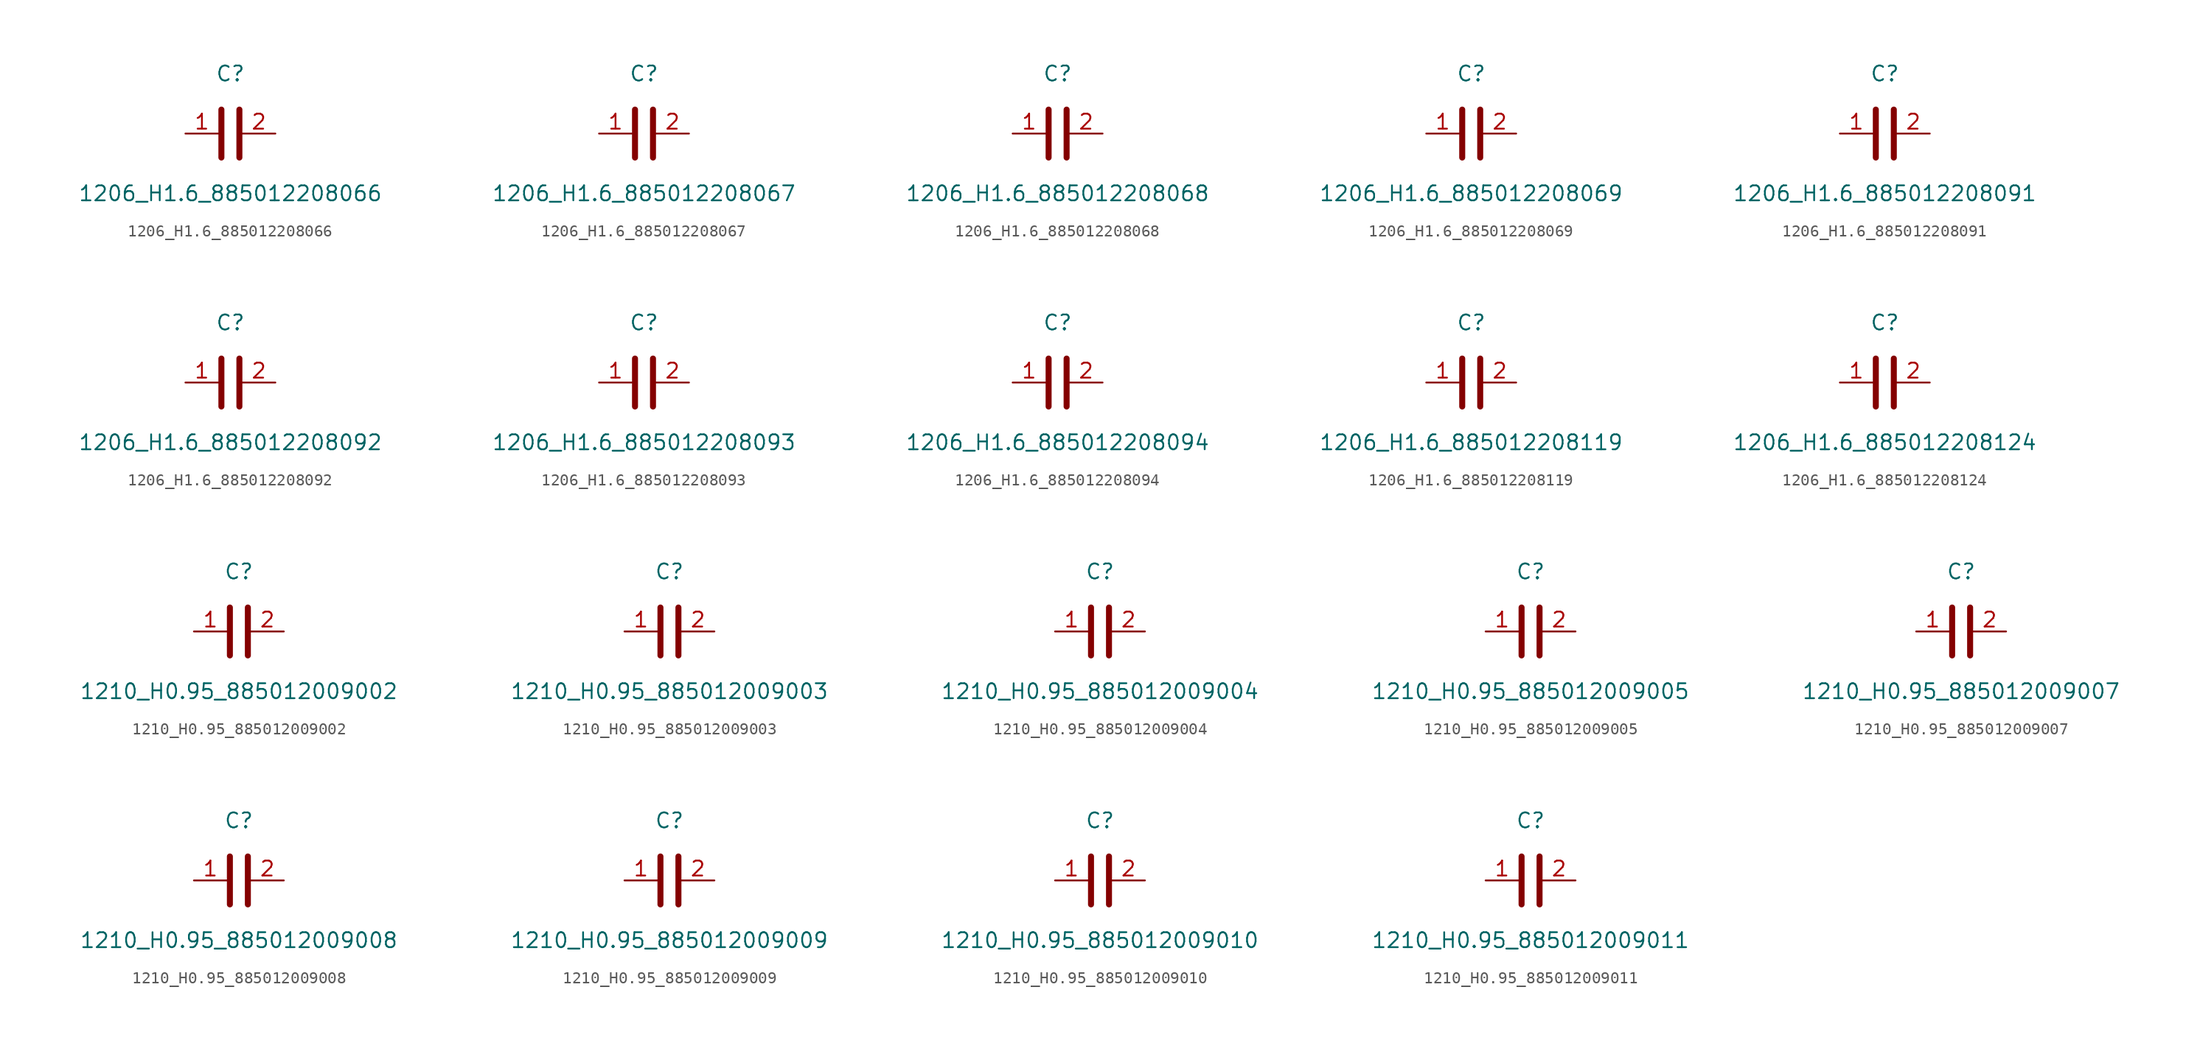
<source format=kicad_sym>
(kicad_symbol_lib
  (version 20220914)
  (generator kicad_symbol_editor)
  (symbol "1206_H1.6_885012208066"
    (pin_names hide)
    (property "Reference" "C"
      (at 0 5.08 0)
      (effects (font (size 1.27 1.27))))
    (property "Value" "1206_H1.6_885012208066"
      (at 0 -5.08 0)
      (effects (font (size 1.27 1.27))))
    (symbol "1206_H1.6_885012208066_0_1"
      (polyline (pts (xy -0.762 -2.032) (xy -0.762 2.032)) (stroke (width 0.508) (type default)) (fill (type none)))
      (polyline (pts (xy 0.762 -2.032) (xy 0.762 2.032)) (stroke (width 0.508) (type default)) (fill (type none))))
    (symbol "1206_H1.6_885012208066_1_1"
      (pin passive line (at -3.81 0 0) (length 2.794) (name "1" (effects (font (size 1.27 1.27)))) (number "1" (effects (font (size 1.27 1.27)))))
      (pin passive line (at 3.81 0 180) (length 2.794) (name "2" (effects (font (size 1.27 1.27)))) (number "2" (effects (font (size 1.27 1.27)))))))
  (symbol "1206_H1.6_885012208067"
    (pin_names hide)
    (property "Reference" "C"
      (at 0 5.08 0)
      (effects (font (size 1.27 1.27))))
    (property "Value" "1206_H1.6_885012208067"
      (at 0 -5.08 0)
      (effects (font (size 1.27 1.27))))
    (symbol "1206_H1.6_885012208067_0_1"
      (polyline (pts (xy -0.762 -2.032) (xy -0.762 2.032)) (stroke (width 0.508) (type default)) (fill (type none)))
      (polyline (pts (xy 0.762 -2.032) (xy 0.762 2.032)) (stroke (width 0.508) (type default)) (fill (type none))))
    (symbol "1206_H1.6_885012208067_1_1"
      (pin passive line (at -3.81 0 0) (length 2.794) (name "1" (effects (font (size 1.27 1.27)))) (number "1" (effects (font (size 1.27 1.27)))))
      (pin passive line (at 3.81 0 180) (length 2.794) (name "2" (effects (font (size 1.27 1.27)))) (number "2" (effects (font (size 1.27 1.27)))))))
  (symbol "1206_H1.6_885012208068"
    (pin_names hide)
    (property "Reference" "C"
      (at 0 5.08 0)
      (effects (font (size 1.27 1.27))))
    (property "Value" "1206_H1.6_885012208068"
      (at 0 -5.08 0)
      (effects (font (size 1.27 1.27))))
    (symbol "1206_H1.6_885012208068_0_1"
      (polyline (pts (xy -0.762 -2.032) (xy -0.762 2.032)) (stroke (width 0.508) (type default)) (fill (type none)))
      (polyline (pts (xy 0.762 -2.032) (xy 0.762 2.032)) (stroke (width 0.508) (type default)) (fill (type none))))
    (symbol "1206_H1.6_885012208068_1_1"
      (pin passive line (at -3.81 0 0) (length 2.794) (name "1" (effects (font (size 1.27 1.27)))) (number "1" (effects (font (size 1.27 1.27)))))
      (pin passive line (at 3.81 0 180) (length 2.794) (name "2" (effects (font (size 1.27 1.27)))) (number "2" (effects (font (size 1.27 1.27)))))))
  (symbol "1206_H1.6_885012208069"
    (pin_names hide)
    (property "Reference" "C"
      (at 0 5.08 0)
      (effects (font (size 1.27 1.27))))
    (property "Value" "1206_H1.6_885012208069"
      (at 0 -5.08 0)
      (effects (font (size 1.27 1.27))))
    (symbol "1206_H1.6_885012208069_0_1"
      (polyline (pts (xy -0.762 -2.032) (xy -0.762 2.032)) (stroke (width 0.508) (type default)) (fill (type none)))
      (polyline (pts (xy 0.762 -2.032) (xy 0.762 2.032)) (stroke (width 0.508) (type default)) (fill (type none))))
    (symbol "1206_H1.6_885012208069_1_1"
      (pin passive line (at -3.81 0 0) (length 2.794) (name "1" (effects (font (size 1.27 1.27)))) (number "1" (effects (font (size 1.27 1.27)))))
      (pin passive line (at 3.81 0 180) (length 2.794) (name "2" (effects (font (size 1.27 1.27)))) (number "2" (effects (font (size 1.27 1.27)))))))
  (symbol "1206_H1.6_885012208091"
    (pin_names hide)
    (property "Reference" "C"
      (at 0 5.08 0)
      (effects (font (size 1.27 1.27))))
    (property "Value" "1206_H1.6_885012208091"
      (at 0 -5.08 0)
      (effects (font (size 1.27 1.27))))
    (symbol "1206_H1.6_885012208091_0_1"
      (polyline (pts (xy -0.762 -2.032) (xy -0.762 2.032)) (stroke (width 0.508) (type default)) (fill (type none)))
      (polyline (pts (xy 0.762 -2.032) (xy 0.762 2.032)) (stroke (width 0.508) (type default)) (fill (type none))))
    (symbol "1206_H1.6_885012208091_1_1"
      (pin passive line (at -3.81 0 0) (length 2.794) (name "1" (effects (font (size 1.27 1.27)))) (number "1" (effects (font (size 1.27 1.27)))))
      (pin passive line (at 3.81 0 180) (length 2.794) (name "2" (effects (font (size 1.27 1.27)))) (number "2" (effects (font (size 1.27 1.27)))))))
  (symbol "1206_H1.6_885012208092"
    (pin_names hide)
    (property "Reference" "C"
      (at 0 5.08 0)
      (effects (font (size 1.27 1.27))))
    (property "Value" "1206_H1.6_885012208092"
      (at 0 -5.08 0)
      (effects (font (size 1.27 1.27))))
    (symbol "1206_H1.6_885012208092_0_1"
      (polyline (pts (xy -0.762 -2.032) (xy -0.762 2.032)) (stroke (width 0.508) (type default)) (fill (type none)))
      (polyline (pts (xy 0.762 -2.032) (xy 0.762 2.032)) (stroke (width 0.508) (type default)) (fill (type none))))
    (symbol "1206_H1.6_885012208092_1_1"
      (pin passive line (at -3.81 0 0) (length 2.794) (name "1" (effects (font (size 1.27 1.27)))) (number "1" (effects (font (size 1.27 1.27)))))
      (pin passive line (at 3.81 0 180) (length 2.794) (name "2" (effects (font (size 1.27 1.27)))) (number "2" (effects (font (size 1.27 1.27)))))))
  (symbol "1206_H1.6_885012208093"
    (pin_names hide)
    (property "Reference" "C"
      (at 0 5.08 0)
      (effects (font (size 1.27 1.27))))
    (property "Value" "1206_H1.6_885012208093"
      (at 0 -5.08 0)
      (effects (font (size 1.27 1.27))))
    (symbol "1206_H1.6_885012208093_0_1"
      (polyline (pts (xy -0.762 -2.032) (xy -0.762 2.032)) (stroke (width 0.508) (type default)) (fill (type none)))
      (polyline (pts (xy 0.762 -2.032) (xy 0.762 2.032)) (stroke (width 0.508) (type default)) (fill (type none))))
    (symbol "1206_H1.6_885012208093_1_1"
      (pin passive line (at -3.81 0 0) (length 2.794) (name "1" (effects (font (size 1.27 1.27)))) (number "1" (effects (font (size 1.27 1.27)))))
      (pin passive line (at 3.81 0 180) (length 2.794) (name "2" (effects (font (size 1.27 1.27)))) (number "2" (effects (font (size 1.27 1.27)))))))
  (symbol "1206_H1.6_885012208094"
    (pin_names hide)
    (property "Reference" "C"
      (at 0 5.08 0)
      (effects (font (size 1.27 1.27))))
    (property "Value" "1206_H1.6_885012208094"
      (at 0 -5.08 0)
      (effects (font (size 1.27 1.27))))
    (symbol "1206_H1.6_885012208094_0_1"
      (polyline (pts (xy -0.762 -2.032) (xy -0.762 2.032)) (stroke (width 0.508) (type default)) (fill (type none)))
      (polyline (pts (xy 0.762 -2.032) (xy 0.762 2.032)) (stroke (width 0.508) (type default)) (fill (type none))))
    (symbol "1206_H1.6_885012208094_1_1"
      (pin passive line (at -3.81 0 0) (length 2.794) (name "1" (effects (font (size 1.27 1.27)))) (number "1" (effects (font (size 1.27 1.27)))))
      (pin passive line (at 3.81 0 180) (length 2.794) (name "2" (effects (font (size 1.27 1.27)))) (number "2" (effects (font (size 1.27 1.27)))))))
  (symbol "1206_H1.6_885012208119"
    (pin_names hide)
    (property "Reference" "C"
      (at 0 5.08 0)
      (effects (font (size 1.27 1.27))))
    (property "Value" "1206_H1.6_885012208119"
      (at 0 -5.08 0)
      (effects (font (size 1.27 1.27))))
    (symbol "1206_H1.6_885012208119_0_1"
      (polyline (pts (xy -0.762 -2.032) (xy -0.762 2.032)) (stroke (width 0.508) (type default)) (fill (type none)))
      (polyline (pts (xy 0.762 -2.032) (xy 0.762 2.032)) (stroke (width 0.508) (type default)) (fill (type none))))
    (symbol "1206_H1.6_885012208119_1_1"
      (pin passive line (at -3.81 0 0) (length 2.794) (name "1" (effects (font (size 1.27 1.27)))) (number "1" (effects (font (size 1.27 1.27)))))
      (pin passive line (at 3.81 0 180) (length 2.794) (name "2" (effects (font (size 1.27 1.27)))) (number "2" (effects (font (size 1.27 1.27)))))))
  (symbol "1206_H1.6_885012208124"
    (pin_names hide)
    (property "Reference" "C"
      (at 0 5.08 0)
      (effects (font (size 1.27 1.27))))
    (property "Value" "1206_H1.6_885012208124"
      (at 0 -5.08 0)
      (effects (font (size 1.27 1.27))))
    (symbol "1206_H1.6_885012208124_0_1"
      (polyline (pts (xy -0.762 -2.032) (xy -0.762 2.032)) (stroke (width 0.508) (type default)) (fill (type none)))
      (polyline (pts (xy 0.762 -2.032) (xy 0.762 2.032)) (stroke (width 0.508) (type default)) (fill (type none))))
    (symbol "1206_H1.6_885012208124_1_1"
      (pin passive line (at -3.81 0 0) (length 2.794) (name "1" (effects (font (size 1.27 1.27)))) (number "1" (effects (font (size 1.27 1.27)))))
      (pin passive line (at 3.81 0 180) (length 2.794) (name "2" (effects (font (size 1.27 1.27)))) (number "2" (effects (font (size 1.27 1.27)))))))
  (symbol "1210_H0.95_885012009002"
    (pin_names hide)
    (property "Reference" "C"
      (at 0 5.08 0)
      (effects (font (size 1.27 1.27))))
    (property "Value" "1210_H0.95_885012009002"
      (at 0 -5.08 0)
      (effects (font (size 1.27 1.27))))
    (symbol "1210_H0.95_885012009002_0_1"
      (polyline (pts (xy -0.762 -2.032) (xy -0.762 2.032)) (stroke (width 0.508) (type default)) (fill (type none)))
      (polyline (pts (xy 0.762 -2.032) (xy 0.762 2.032)) (stroke (width 0.508) (type default)) (fill (type none))))
    (symbol "1210_H0.95_885012009002_1_1"
      (pin passive line (at -3.81 0 0) (length 2.794) (name "1" (effects (font (size 1.27 1.27)))) (number "1" (effects (font (size 1.27 1.27)))))
      (pin passive line (at 3.81 0 180) (length 2.794) (name "2" (effects (font (size 1.27 1.27)))) (number "2" (effects (font (size 1.27 1.27)))))))
  (symbol "1210_H0.95_885012009003"
    (pin_names hide)
    (property "Reference" "C"
      (at 0 5.08 0)
      (effects (font (size 1.27 1.27))))
    (property "Value" "1210_H0.95_885012009003"
      (at 0 -5.08 0)
      (effects (font (size 1.27 1.27))))
    (symbol "1210_H0.95_885012009003_0_1"
      (polyline (pts (xy -0.762 -2.032) (xy -0.762 2.032)) (stroke (width 0.508) (type default)) (fill (type none)))
      (polyline (pts (xy 0.762 -2.032) (xy 0.762 2.032)) (stroke (width 0.508) (type default)) (fill (type none))))
    (symbol "1210_H0.95_885012009003_1_1"
      (pin passive line (at -3.81 0 0) (length 2.794) (name "1" (effects (font (size 1.27 1.27)))) (number "1" (effects (font (size 1.27 1.27)))))
      (pin passive line (at 3.81 0 180) (length 2.794) (name "2" (effects (font (size 1.27 1.27)))) (number "2" (effects (font (size 1.27 1.27)))))))
  (symbol "1210_H0.95_885012009004"
    (pin_names hide)
    (property "Reference" "C"
      (at 0 5.08 0)
      (effects (font (size 1.27 1.27))))
    (property "Value" "1210_H0.95_885012009004"
      (at 0 -5.08 0)
      (effects (font (size 1.27 1.27))))
    (symbol "1210_H0.95_885012009004_0_1"
      (polyline (pts (xy -0.762 -2.032) (xy -0.762 2.032)) (stroke (width 0.508) (type default)) (fill (type none)))
      (polyline (pts (xy 0.762 -2.032) (xy 0.762 2.032)) (stroke (width 0.508) (type default)) (fill (type none))))
    (symbol "1210_H0.95_885012009004_1_1"
      (pin passive line (at -3.81 0 0) (length 2.794) (name "1" (effects (font (size 1.27 1.27)))) (number "1" (effects (font (size 1.27 1.27)))))
      (pin passive line (at 3.81 0 180) (length 2.794) (name "2" (effects (font (size 1.27 1.27)))) (number "2" (effects (font (size 1.27 1.27)))))))
  (symbol "1210_H0.95_885012009005"
    (pin_names hide)
    (property "Reference" "C"
      (at 0 5.08 0)
      (effects (font (size 1.27 1.27))))
    (property "Value" "1210_H0.95_885012009005"
      (at 0 -5.08 0)
      (effects (font (size 1.27 1.27))))
    (symbol "1210_H0.95_885012009005_0_1"
      (polyline (pts (xy -0.762 -2.032) (xy -0.762 2.032)) (stroke (width 0.508) (type default)) (fill (type none)))
      (polyline (pts (xy 0.762 -2.032) (xy 0.762 2.032)) (stroke (width 0.508) (type default)) (fill (type none))))
    (symbol "1210_H0.95_885012009005_1_1"
      (pin passive line (at -3.81 0 0) (length 2.794) (name "1" (effects (font (size 1.27 1.27)))) (number "1" (effects (font (size 1.27 1.27)))))
      (pin passive line (at 3.81 0 180) (length 2.794) (name "2" (effects (font (size 1.27 1.27)))) (number "2" (effects (font (size 1.27 1.27)))))))
  (symbol "1210_H0.95_885012009007"
    (pin_names hide)
    (property "Reference" "C"
      (at 0 5.08 0)
      (effects (font (size 1.27 1.27))))
    (property "Value" "1210_H0.95_885012009007"
      (at 0 -5.08 0)
      (effects (font (size 1.27 1.27))))
    (symbol "1210_H0.95_885012009007_0_1"
      (polyline (pts (xy -0.762 -2.032) (xy -0.762 2.032)) (stroke (width 0.508) (type default)) (fill (type none)))
      (polyline (pts (xy 0.762 -2.032) (xy 0.762 2.032)) (stroke (width 0.508) (type default)) (fill (type none))))
    (symbol "1210_H0.95_885012009007_1_1"
      (pin passive line (at -3.81 0 0) (length 2.794) (name "1" (effects (font (size 1.27 1.27)))) (number "1" (effects (font (size 1.27 1.27)))))
      (pin passive line (at 3.81 0 180) (length 2.794) (name "2" (effects (font (size 1.27 1.27)))) (number "2" (effects (font (size 1.27 1.27)))))))
  (symbol "1210_H0.95_885012009008"
    (pin_names hide)
    (property "Reference" "C"
      (at 0 5.08 0)
      (effects (font (size 1.27 1.27))))
    (property "Value" "1210_H0.95_885012009008"
      (at 0 -5.08 0)
      (effects (font (size 1.27 1.27))))
    (symbol "1210_H0.95_885012009008_0_1"
      (polyline (pts (xy -0.762 -2.032) (xy -0.762 2.032)) (stroke (width 0.508) (type default)) (fill (type none)))
      (polyline (pts (xy 0.762 -2.032) (xy 0.762 2.032)) (stroke (width 0.508) (type default)) (fill (type none))))
    (symbol "1210_H0.95_885012009008_1_1"
      (pin passive line (at -3.81 0 0) (length 2.794) (name "1" (effects (font (size 1.27 1.27)))) (number "1" (effects (font (size 1.27 1.27)))))
      (pin passive line (at 3.81 0 180) (length 2.794) (name "2" (effects (font (size 1.27 1.27)))) (number "2" (effects (font (size 1.27 1.27)))))))
  (symbol "1210_H0.95_885012009009"
    (pin_names hide)
    (property "Reference" "C"
      (at 0 5.08 0)
      (effects (font (size 1.27 1.27))))
    (property "Value" "1210_H0.95_885012009009"
      (at 0 -5.08 0)
      (effects (font (size 1.27 1.27))))
    (symbol "1210_H0.95_885012009009_0_1"
      (polyline (pts (xy -0.762 -2.032) (xy -0.762 2.032)) (stroke (width 0.508) (type default)) (fill (type none)))
      (polyline (pts (xy 0.762 -2.032) (xy 0.762 2.032)) (stroke (width 0.508) (type default)) (fill (type none))))
    (symbol "1210_H0.95_885012009009_1_1"
      (pin passive line (at -3.81 0 0) (length 2.794) (name "1" (effects (font (size 1.27 1.27)))) (number "1" (effects (font (size 1.27 1.27)))))
      (pin passive line (at 3.81 0 180) (length 2.794) (name "2" (effects (font (size 1.27 1.27)))) (number "2" (effects (font (size 1.27 1.27)))))))
  (symbol "1210_H0.95_885012009010"
    (pin_names hide)
    (property "Reference" "C"
      (at 0 5.08 0)
      (effects (font (size 1.27 1.27))))
    (property "Value" "1210_H0.95_885012009010"
      (at 0 -5.08 0)
      (effects (font (size 1.27 1.27))))
    (symbol "1210_H0.95_885012009010_0_1"
      (polyline (pts (xy -0.762 -2.032) (xy -0.762 2.032)) (stroke (width 0.508) (type default)) (fill (type none)))
      (polyline (pts (xy 0.762 -2.032) (xy 0.762 2.032)) (stroke (width 0.508) (type default)) (fill (type none))))
    (symbol "1210_H0.95_885012009010_1_1"
      (pin passive line (at -3.81 0 0) (length 2.794) (name "1" (effects (font (size 1.27 1.27)))) (number "1" (effects (font (size 1.27 1.27)))))
      (pin passive line (at 3.81 0 180) (length 2.794) (name "2" (effects (font (size 1.27 1.27)))) (number "2" (effects (font (size 1.27 1.27)))))))
  (symbol "1210_H0.95_885012009011"
    (pin_names hide)
    (property "Reference" "C"
      (at 0 5.08 0)
      (effects (font (size 1.27 1.27))))
    (property "Value" "1210_H0.95_885012009011"
      (at 0 -5.08 0)
      (effects (font (size 1.27 1.27))))
    (symbol "1210_H0.95_885012009011_0_1"
      (polyline (pts (xy -0.762 -2.032) (xy -0.762 2.032)) (stroke (width 0.508) (type default)) (fill (type none)))
      (polyline (pts (xy 0.762 -2.032) (xy 0.762 2.032)) (stroke (width 0.508) (type default)) (fill (type none))))
    (symbol "1210_H0.95_885012009011_1_1"
      (pin passive line (at -3.81 0 0) (length 2.794) (name "1" (effects (font (size 1.27 1.27)))) (number "1" (effects (font (size 1.27 1.27)))))
      (pin passive line (at 3.81 0 180) (length 2.794) (name "2" (effects (font (size 1.27 1.27)))) (number "2" (effects (font (size 1.27 1.27))))))))
</source>
